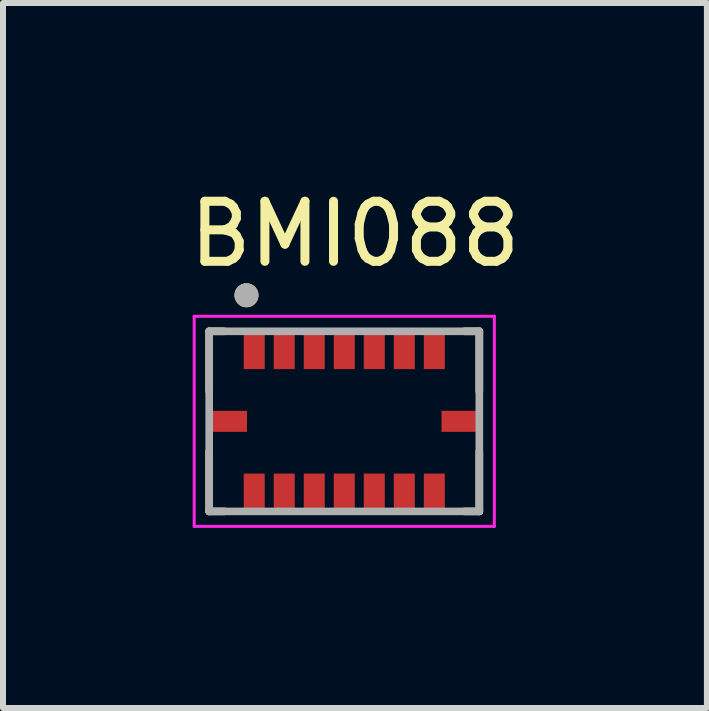
<source format=kicad_pcb>
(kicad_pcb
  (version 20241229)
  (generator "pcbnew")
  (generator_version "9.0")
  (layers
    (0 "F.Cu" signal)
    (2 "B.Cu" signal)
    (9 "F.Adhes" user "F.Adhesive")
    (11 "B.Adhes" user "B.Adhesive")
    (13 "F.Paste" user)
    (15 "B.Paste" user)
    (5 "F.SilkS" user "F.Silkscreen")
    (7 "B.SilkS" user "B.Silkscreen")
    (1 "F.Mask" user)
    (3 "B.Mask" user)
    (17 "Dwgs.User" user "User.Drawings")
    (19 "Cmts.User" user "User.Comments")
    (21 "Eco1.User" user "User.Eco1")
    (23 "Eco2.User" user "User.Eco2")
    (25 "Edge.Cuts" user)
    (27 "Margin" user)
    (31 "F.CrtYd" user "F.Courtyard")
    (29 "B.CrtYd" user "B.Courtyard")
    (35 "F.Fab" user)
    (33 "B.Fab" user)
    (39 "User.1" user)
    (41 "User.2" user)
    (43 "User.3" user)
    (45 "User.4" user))
  (footprint "BMI088"
    (layer "F.Cu")
    (at 2.685 3.969)
    (property "Reference" "BMI088" (at 0.178 -3.121 0) (layer "F.SilkS") (effects (font (size 1 1) (thickness 0.15))))
    (attr smd)
    (fp_line (start -2.25 -1.5) (end -2 -1.5) (stroke (width 0.127) (type solid)) (layer "F.SilkS"))
    (fp_line (start -2.25 -0.5) (end -2.25 -1.5) (stroke (width 0.127) (type solid)) (layer "F.SilkS"))
    (fp_line (start -2.25 1.5) (end -2.25 0.5) (stroke (width 0.127) (type solid)) (layer "F.SilkS"))
    (fp_line (start -2 1.5) (end -2.25 1.5) (stroke (width 0.127) (type solid)) (layer "F.SilkS"))
    (fp_line (start 2.25 -1.5) (end 2 -1.5) (stroke (width 0.127) (type solid)) (layer "F.SilkS"))
    (fp_line (start 2.25 -0.5) (end 2.25 -1.5) (stroke (width 0.127) (type solid)) (layer "F.SilkS"))
    (fp_line (start 2.25 0.5) (end 2.25 1.5) (stroke (width 0.127) (type solid)) (layer "F.SilkS"))
    (fp_line (start 2.25 1.5) (end 2 1.5) (stroke (width 0.127) (type solid)) (layer "F.SilkS"))
    (fp_circle (center -1.629 -2.1) (end -1.529 -2.1) (stroke (width 0.2) (type solid)) (fill no) (layer "F.SilkS"))
    (fp_line (start -2.5 -1.75) (end 2.5 -1.75) (stroke (width 0.05) (type solid)) (layer "F.CrtYd"))
    (fp_line (start -2.5 1.75) (end -2.5 -1.75) (stroke (width 0.05) (type solid)) (layer "F.CrtYd"))
    (fp_line (start 2.5 -1.75) (end 2.5 1.75) (stroke (width 0.05) (type solid)) (layer "F.CrtYd"))
    (fp_line (start 2.5 1.75) (end -2.5 1.75) (stroke (width 0.05) (type solid)) (layer "F.CrtYd"))
    (fp_line (start -2.25 -1.5) (end 2.25 -1.5) (stroke (width 0.127) (type solid)) (layer "F.Fab"))
    (fp_line (start -2.25 1.5) (end -2.25 -1.5) (stroke (width 0.127) (type solid)) (layer "F.Fab"))
    (fp_line (start 2.25 -1.5) (end 2.25 1.5) (stroke (width 0.127) (type solid)) (layer "F.Fab"))
    (fp_line (start 2.25 1.5) (end -2.25 1.5) (stroke (width 0.127) (type solid)) (layer "F.Fab"))
    (fp_circle (center -1.629 -2.1) (end -1.529 -2.1) (stroke (width 0.2) (type solid)) (fill no) (layer "F.Fab"))
    (pad "1" smd rect (at -1.5 -1.165 270) (size 0.59 0.35) (layers "F.Cu" "F.Mask" "F.Paste"))
    (pad "2" smd rect (at -1 -1.165 270) (size 0.59 0.35) (layers "F.Cu" "F.Mask" "F.Paste"))
    (pad "3" smd rect (at -0.5 -1.165 270) (size 0.59 0.35) (layers "F.Cu" "F.Mask" "F.Paste"))
    (pad "4" smd rect (at 0 -1.165 270) (size 0.59 0.35) (layers "F.Cu" "F.Mask" "F.Paste"))
    (pad "5" smd rect (at 0.5 -1.165 270) (size 0.59 0.35) (layers "F.Cu" "F.Mask" "F.Paste"))
    (pad "6" smd rect (at 1 -1.165 270) (size 0.59 0.35) (layers "F.Cu" "F.Mask" "F.Paste"))
    (pad "7" smd rect (at 1.5 -1.165 270) (size 0.59 0.35) (layers "F.Cu" "F.Mask" "F.Paste"))
    (pad "8" smd rect (at 1.915 0 180) (size 0.59 0.35) (layers "F.Cu" "F.Mask" "F.Paste"))
    (pad "9" smd rect (at 1.5 1.165 90) (size 0.59 0.35) (layers "F.Cu" "F.Mask" "F.Paste"))
    (pad "10" smd rect (at 1 1.165 90) (size 0.59 0.35) (layers "F.Cu" "F.Mask" "F.Paste"))
    (pad "11" smd rect (at 0.5 1.165 90) (size 0.59 0.35) (layers "F.Cu" "F.Mask" "F.Paste"))
    (pad "12" smd rect (at 0 1.165 90) (size 0.59 0.35) (layers "F.Cu" "F.Mask" "F.Paste"))
    (pad "13" smd rect (at -0.5 1.165 90) (size 0.59 0.35) (layers "F.Cu" "F.Mask" "F.Paste"))
    (pad "14" smd rect (at -1 1.165 90) (size 0.59 0.35) (layers "F.Cu" "F.Mask" "F.Paste"))
    (pad "15" smd rect (at -1.5 1.165 90) (size 0.59 0.35) (layers "F.Cu" "F.Mask" "F.Paste"))
    (pad "16" smd rect (at -1.915 0) (size 0.59 0.35) (layers "F.Cu" "F.Mask" "F.Paste")))
  (gr_rect
    (start -3 -3)
    (end 8.726 8.744)
    (stroke (width 0.1) (type default))
    (fill no)
    (layer "Edge.Cuts")))
</source>
